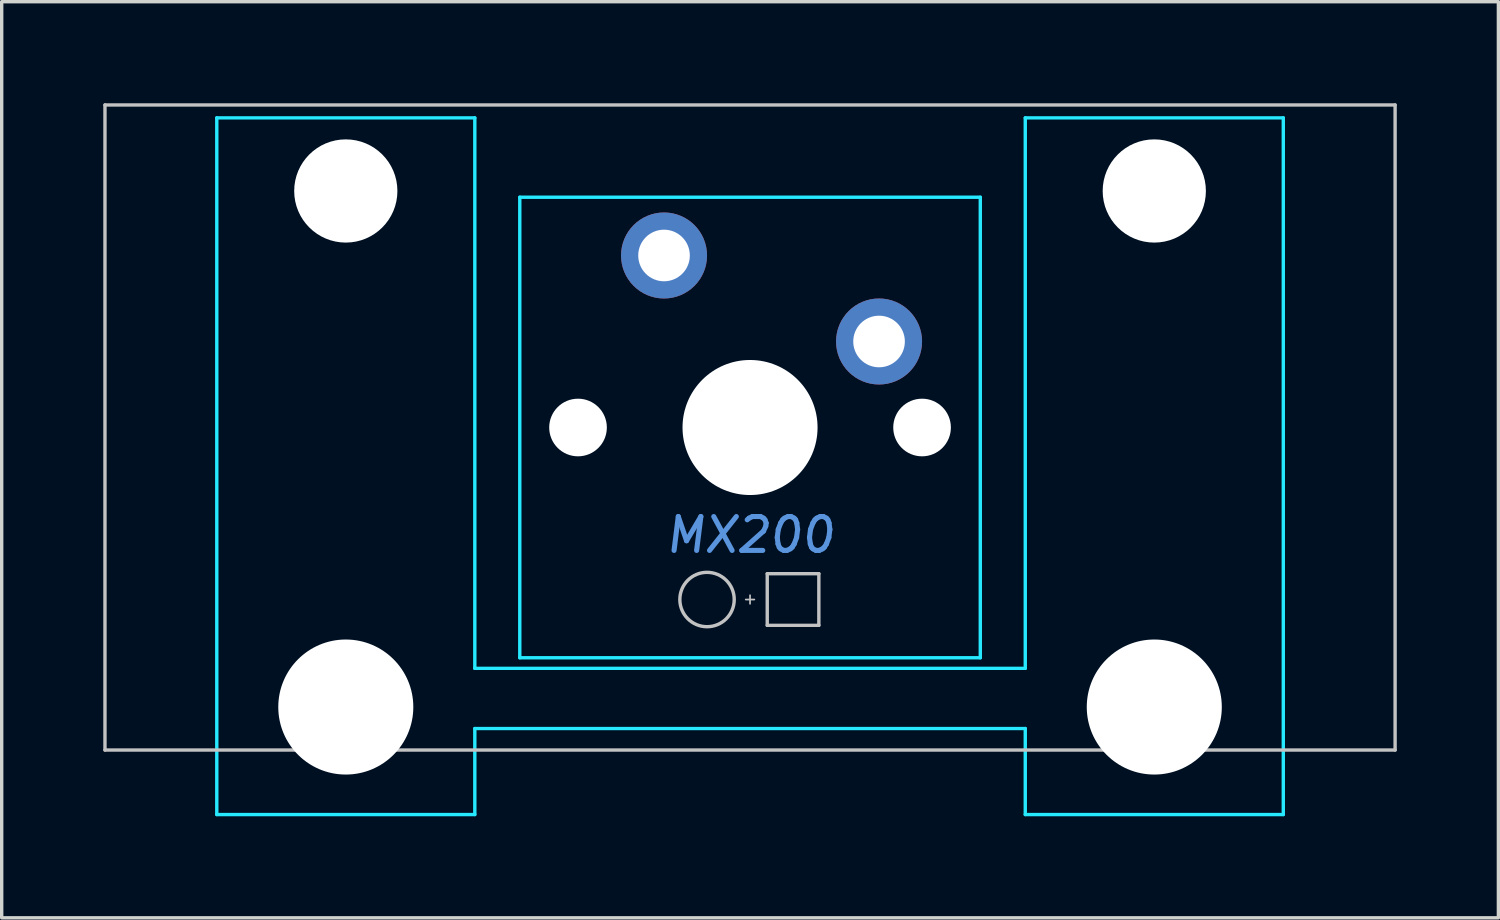
<source format=kicad_pcb>
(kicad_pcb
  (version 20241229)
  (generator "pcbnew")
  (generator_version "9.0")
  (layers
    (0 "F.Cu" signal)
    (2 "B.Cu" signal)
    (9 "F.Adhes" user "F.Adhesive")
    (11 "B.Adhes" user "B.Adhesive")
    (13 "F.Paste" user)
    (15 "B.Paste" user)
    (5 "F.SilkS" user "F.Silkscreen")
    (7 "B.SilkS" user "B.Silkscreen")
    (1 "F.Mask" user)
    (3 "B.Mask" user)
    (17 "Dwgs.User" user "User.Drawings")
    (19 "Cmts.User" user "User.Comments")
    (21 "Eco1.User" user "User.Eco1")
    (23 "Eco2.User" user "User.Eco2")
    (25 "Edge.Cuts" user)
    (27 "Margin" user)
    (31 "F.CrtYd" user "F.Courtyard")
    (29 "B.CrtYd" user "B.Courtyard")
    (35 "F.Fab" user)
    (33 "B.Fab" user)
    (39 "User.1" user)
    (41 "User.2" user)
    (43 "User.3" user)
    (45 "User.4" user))
  (footprint "MX200"
    (layer "F.Cu")
    (at 19.1 9.575)
    (property "Reference" "MX200" (at 0 3.175 0) (layer "Cmts.User") (effects (font (size 1 1) (thickness 0.15) (italic yes))))
    (attr through_hole)
    (fp_line (start -19.05 -9.525) (end -19.05 9.525) (stroke (width 0.1) (type solid)) (layer "Dwgs.User"))
    (fp_line (start -19.05 -9.525) (end 19.05 -9.525) (stroke (width 0.1) (type solid)) (layer "Dwgs.User"))
    (fp_line (start -19.05 9.525) (end 19.05 9.525) (stroke (width 0.1) (type solid)) (layer "Dwgs.User"))
    (fp_line (start -0.127 5.08) (end 0.127 5.08) (stroke (width 0.05) (type solid)) (layer "Dwgs.User"))
    (fp_line (start 0 5.207) (end 0 4.953) (stroke (width 0.05) (type solid)) (layer "Dwgs.User"))
    (fp_line (start 0.508 4.318) (end 0.508 5.842) (stroke (width 0.1) (type solid)) (layer "Dwgs.User"))
    (fp_line (start 0.508 4.318) (end 2.032 4.318) (stroke (width 0.1) (type solid)) (layer "Dwgs.User"))
    (fp_line (start 0.508 5.842) (end 2.032 5.842) (stroke (width 0.1) (type solid)) (layer "Dwgs.User"))
    (fp_line (start 2.032 5.842) (end 2.032 4.318) (stroke (width 0.1) (type solid)) (layer "Dwgs.User"))
    (fp_line (start 19.05 -9.525) (end 19.05 9.525) (stroke (width 0.1) (type solid)) (layer "Dwgs.User"))
    (fp_circle (center -1.27 5.08) (end -0.467 5.08) (stroke (width 0.1) (type solid)) (fill no) (layer "Dwgs.User"))
    (fp_line (start -17.17 -0.889) (end -17.17 -2.921) (stroke (width 0.1) (type solid)) (layer "Eco1.User"))
    (fp_line (start -16.789 -3.302) (end -16.535 -3.302) (stroke (width 0.1) (type solid)) (layer "Eco1.User"))
    (fp_line (start -16.535 -0.508) (end -16.789 -0.508) (stroke (width 0.1) (type solid)) (layer "Eco1.User"))
    (fp_line (start -16.154 -3.683) (end -16.154 -5.309) (stroke (width 0.1) (type solid)) (layer "Eco1.User"))
    (fp_line (start -16.154 6.223) (end -16.154 -0.127) (stroke (width 0.1) (type solid)) (layer "Eco1.User"))
    (fp_line (start -15.773 -5.69) (end -9.881 -5.69) (stroke (width 0.1) (type solid)) (layer "Eco1.User"))
    (fp_line (start -14.732 6.604) (end -15.773 6.604) (stroke (width 0.1) (type solid)) (layer "Eco1.User"))
    (fp_line (start -14.351 7.391) (end -14.351 6.985) (stroke (width 0.1) (type solid)) (layer "Eco1.User"))
    (fp_line (start -11.684 7.772) (end -13.97 7.772) (stroke (width 0.1) (type solid)) (layer "Eco1.User"))
    (fp_line (start -11.303 6.985) (end -11.303 7.391) (stroke (width 0.1) (type solid)) (layer "Eco1.User"))
    (fp_line (start -9.881 6.604) (end -10.922 6.604) (stroke (width 0.1) (type solid)) (layer "Eco1.User"))
    (fp_line (start -9.5 -5.309) (end -9.5 -5.258) (stroke (width 0.1) (type solid)) (layer "Eco1.User"))
    (fp_line (start -9.5 6.198) (end -9.5 6.223) (stroke (width 0.1) (type solid)) (layer "Eco1.User"))
    (fp_line (start -9.119 -4.877) (end -7.366 -4.877) (stroke (width 0.1) (type solid)) (layer "Eco1.User"))
    (fp_line (start -7.366 5.817) (end -9.119 5.817) (stroke (width 0.1) (type solid)) (layer "Eco1.User"))
    (fp_line (start -6.985 -5.258) (end -6.985 -6.604) (stroke (width 0.1) (type solid)) (layer "Eco1.User"))
    (fp_line (start -6.985 6.604) (end -6.985 6.197) (stroke (width 0.1) (type solid)) (layer "Eco1.User"))
    (fp_line (start -6.604 -6.985) (end 6.604 -6.985) (stroke (width 0.1) (type solid)) (layer "Eco1.User"))
    (fp_line (start 0 -2.159) (end 0 2.159) (stroke (width 0.1) (type solid)) (layer "Eco1.User"))
    (fp_line (start 2.159 0) (end -2.159 0) (stroke (width 0.1) (type solid)) (layer "Eco1.User"))
    (fp_line (start 6.604 6.985) (end -6.604 6.985) (stroke (width 0.1) (type solid)) (layer "Eco1.User"))
    (fp_line (start 6.985 -5.258) (end 6.985 -6.604) (stroke (width 0.1) (type solid)) (layer "Eco1.User"))
    (fp_line (start 6.985 6.604) (end 6.985 6.197) (stroke (width 0.1) (type solid)) (layer "Eco1.User"))
    (fp_line (start 7.366 5.817) (end 9.119 5.817) (stroke (width 0.1) (type solid)) (layer "Eco1.User"))
    (fp_line (start 9.119 -4.877) (end 7.366 -4.877) (stroke (width 0.1) (type solid)) (layer "Eco1.User"))
    (fp_line (start 9.5 -5.309) (end 9.5 -5.258) (stroke (width 0.1) (type solid)) (layer "Eco1.User"))
    (fp_line (start 9.5 6.198) (end 9.5 6.223) (stroke (width 0.1) (type solid)) (layer "Eco1.User"))
    (fp_line (start 9.881 6.604) (end 10.922 6.604) (stroke (width 0.1) (type solid)) (layer "Eco1.User"))
    (fp_line (start 11.303 6.985) (end 11.303 7.391) (stroke (width 0.1) (type solid)) (layer "Eco1.User"))
    (fp_line (start 11.684 7.772) (end 13.97 7.772) (stroke (width 0.1) (type solid)) (layer "Eco1.User"))
    (fp_line (start 14.351 7.391) (end 14.351 6.985) (stroke (width 0.1) (type solid)) (layer "Eco1.User"))
    (fp_line (start 14.732 6.604) (end 15.773 6.604) (stroke (width 0.1) (type solid)) (layer "Eco1.User"))
    (fp_line (start 15.773 -5.69) (end 9.881 -5.69) (stroke (width 0.1) (type solid)) (layer "Eco1.User"))
    (fp_line (start 16.154 -3.683) (end 16.154 -5.309) (stroke (width 0.1) (type solid)) (layer "Eco1.User"))
    (fp_line (start 16.154 6.223) (end 16.154 -0.127) (stroke (width 0.1) (type solid)) (layer "Eco1.User"))
    (fp_line (start 16.535 -0.508) (end 16.789 -0.508) (stroke (width 0.1) (type solid)) (layer "Eco1.User"))
    (fp_line (start 16.789 -3.302) (end 16.535 -3.302) (stroke (width 0.1) (type solid)) (layer "Eco1.User"))
    (fp_line (start 17.17 -0.889) (end 17.17 -2.921) (stroke (width 0.1) (type solid)) (layer "Eco1.User"))
    (fp_arc (start -17.1704 -2.921) (mid -17.058808 -3.190408) (end -16.7894 -3.302) (stroke (width 0.1) (type solid)) (layer "Eco1.User"))
    (fp_arc (start -16.7894 -0.508) (mid -17.058808 -0.619592) (end -17.1704 -0.889) (stroke (width 0.1) (type solid)) (layer "Eco1.User"))
    (fp_arc (start -16.5354 -0.508) (mid -16.265992 -0.396408) (end -16.1544 -0.127) (stroke (width 0.1) (type solid)) (layer "Eco1.User"))
    (fp_arc (start -16.1544 -5.3086) (mid -16.042808 -5.578008) (end -15.7734 -5.6896) (stroke (width 0.1) (type solid)) (layer "Eco1.User"))
    (fp_arc (start -16.1544 -3.683) (mid -16.265992 -3.413592) (end -16.5354 -3.302) (stroke (width 0.1) (type solid)) (layer "Eco1.User"))
    (fp_arc (start -15.7734 6.604) (mid -16.042808 6.492408) (end -16.1544 6.223) (stroke (width 0.1) (type solid)) (layer "Eco1.User"))
    (fp_arc (start -14.732 6.604) (mid -14.462592 6.715592) (end -14.351 6.985) (stroke (width 0.1) (type solid)) (layer "Eco1.User"))
    (fp_arc (start -13.97 7.7724) (mid -14.239408 7.660808) (end -14.351 7.3914) (stroke (width 0.1) (type solid)) (layer "Eco1.User"))
    (fp_arc (start -11.303 6.985) (mid -11.191408 6.715592) (end -10.922 6.604) (stroke (width 0.1) (type solid)) (layer "Eco1.User"))
    (fp_arc (start -11.303 7.3914) (mid -11.414592 7.660808) (end -11.684 7.7724) (stroke (width 0.1) (type solid)) (layer "Eco1.User"))
    (fp_arc (start -9.8806 -5.6896) (mid -9.611192 -5.578008) (end -9.4996 -5.3086) (stroke (width 0.1) (type solid)) (layer "Eco1.User"))
    (fp_arc (start -9.4996 6.1976) (mid -9.388008 5.928192) (end -9.1186 5.8166) (stroke (width 0.1) (type solid)) (layer "Eco1.User"))
    (fp_arc (start -9.4996 6.223) (mid -9.611192 6.492408) (end -9.8806 6.604) (stroke (width 0.1) (type solid)) (layer "Eco1.User"))
    (fp_arc (start -9.1186 -4.8768) (mid -9.388008 -4.988392) (end -9.4996 -5.2578) (stroke (width 0.1) (type solid)) (layer "Eco1.User"))
    (fp_arc (start -7.366 5.8166) (mid -7.096592 5.928192) (end -6.985 6.1976) (stroke (width 0.1) (type solid)) (layer "Eco1.User"))
    (fp_arc (start -6.985 -6.604) (mid -6.873408 -6.873408) (end -6.604 -6.985) (stroke (width 0.1) (type solid)) (layer "Eco1.User"))
    (fp_arc (start -6.985 -5.2578) (mid -7.096592 -4.988392) (end -7.366 -4.8768) (stroke (width 0.1) (type solid)) (layer "Eco1.User"))
    (fp_arc (start -6.604 6.985) (mid -6.873408 6.873408) (end -6.985 6.604) (stroke (width 0.1) (type solid)) (layer "Eco1.User"))
    (fp_arc (start 6.604 -6.985) (mid 6.873408 -6.873408) (end 6.985 -6.604) (stroke (width 0.1) (type solid)) (layer "Eco1.User"))
    (fp_arc (start 6.985 6.1976) (mid 7.096592 5.928192) (end 7.366 5.8166) (stroke (width 0.1) (type solid)) (layer "Eco1.User"))
    (fp_arc (start 6.985 6.604) (mid 6.873408 6.873408) (end 6.604 6.985) (stroke (width 0.1) (type solid)) (layer "Eco1.User"))
    (fp_arc (start 7.366 -4.8768) (mid 7.096592 -4.988392) (end 6.985 -5.2578) (stroke (width 0.1) (type solid)) (layer "Eco1.User"))
    (fp_arc (start 9.1186 5.8166) (mid 9.388008 5.928192) (end 9.4996 6.1976) (stroke (width 0.1) (type solid)) (layer "Eco1.User"))
    (fp_arc (start 9.4996 -5.3086) (mid 9.611192 -5.578008) (end 9.8806 -5.6896) (stroke (width 0.1) (type solid)) (layer "Eco1.User"))
    (fp_arc (start 9.4996 -5.2578) (mid 9.388008 -4.988392) (end 9.1186 -4.8768) (stroke (width 0.1) (type solid)) (layer "Eco1.User"))
    (fp_arc (start 9.8806 6.604) (mid 9.611192 6.492408) (end 9.4996 6.223) (stroke (width 0.1) (type solid)) (layer "Eco1.User"))
    (fp_arc (start 10.922 6.604) (mid 11.191408 6.715592) (end 11.303 6.985) (stroke (width 0.1) (type solid)) (layer "Eco1.User"))
    (fp_arc (start 11.684 7.7724) (mid 11.414592 7.660808) (end 11.303 7.3914) (stroke (width 0.1) (type solid)) (layer "Eco1.User"))
    (fp_arc (start 14.351 6.985) (mid 14.462592 6.715592) (end 14.732 6.604) (stroke (width 0.1) (type solid)) (layer "Eco1.User"))
    (fp_arc (start 14.351 7.3914) (mid 14.239408 7.660808) (end 13.97 7.7724) (stroke (width 0.1) (type solid)) (layer "Eco1.User"))
    (fp_arc (start 15.7734 -5.6896) (mid 16.042808 -5.578008) (end 16.1544 -5.3086) (stroke (width 0.1) (type solid)) (layer "Eco1.User"))
    (fp_arc (start 16.1544 -0.127) (mid 16.265992 -0.396408) (end 16.5354 -0.508) (stroke (width 0.1) (type solid)) (layer "Eco1.User"))
    (fp_arc (start 16.1544 6.223) (mid 16.042808 6.492408) (end 15.7734 6.604) (stroke (width 0.1) (type solid)) (layer "Eco1.User"))
    (fp_arc (start 16.5354 -3.302) (mid 16.265992 -3.413592) (end 16.1544 -3.683) (stroke (width 0.1) (type solid)) (layer "Eco1.User"))
    (fp_arc (start 16.7894 -3.302) (mid 17.058808 -3.190408) (end 17.1704 -2.921) (stroke (width 0.1) (type solid)) (layer "Eco1.User"))
    (fp_arc (start 17.1704 -0.889) (mid 17.058808 -0.619592) (end 16.7894 -0.508) (stroke (width 0.1) (type solid)) (layer "Eco1.User"))
    (fp_circle (center 0 0) (end 1.994 0) (stroke (width 0.1) (type solid)) (fill no) (layer "Eco1.User"))
    (fp_line (start -15.748 -9.144) (end -8.128 -9.144) (stroke (width 0.1) (type solid)) (layer "B.CrtYd"))
    (fp_line (start -15.748 11.43) (end -15.748 -9.144) (stroke (width 0.1) (type solid)) (layer "B.CrtYd"))
    (fp_line (start -8.128 -9.144) (end -8.128 7.112) (stroke (width 0.1) (type solid)) (layer "B.CrtYd"))
    (fp_line (start -8.128 7.112) (end 8.128 7.112) (stroke (width 0.1) (type solid)) (layer "B.CrtYd"))
    (fp_line (start -8.128 8.89) (end 8.128 8.89) (stroke (width 0.1) (type solid)) (layer "B.CrtYd"))
    (fp_line (start -8.128 11.43) (end -15.748 11.43) (stroke (width 0.1) (type solid)) (layer "B.CrtYd"))
    (fp_line (start -8.128 11.43) (end -8.128 8.89) (stroke (width 0.1) (type solid)) (layer "B.CrtYd"))
    (fp_line (start -6.8 6.8) (end -6.8 -6.8) (stroke (width 0.1) (type solid)) (layer "B.CrtYd"))
    (fp_line (start 6.8 -6.8) (end -6.8 -6.8) (stroke (width 0.1) (type solid)) (layer "B.CrtYd"))
    (fp_line (start 6.8 6.8) (end -6.8 6.8) (stroke (width 0.1) (type solid)) (layer "B.CrtYd"))
    (fp_line (start 6.8 6.8) (end 6.8 -6.8) (stroke (width 0.1) (type solid)) (layer "B.CrtYd"))
    (fp_line (start 8.128 -9.144) (end 8.128 7.112) (stroke (width 0.1) (type solid)) (layer "B.CrtYd"))
    (fp_line (start 8.128 -9.144) (end 15.748 -9.144) (stroke (width 0.1) (type solid)) (layer "B.CrtYd"))
    (fp_line (start 8.128 11.43) (end 8.128 8.89) (stroke (width 0.1) (type solid)) (layer "B.CrtYd"))
    (fp_line (start 15.748 -9.144) (end 15.748 11.43) (stroke (width 0.1) (type solid)) (layer "B.CrtYd"))
    (fp_line (start 15.748 11.43) (end 8.128 11.43) (stroke (width 0.1) (type solid)) (layer "B.CrtYd"))
    (pad "" np_thru_hole circle (at -11.938 -6.985) (size 3.048 3.048) (drill 3.048) (layers "*.Cu" "*.Mask"))
    (pad "" np_thru_hole circle (at -11.938 8.255) (size 3.988 3.988) (drill 3.988) (layers "*.Cu" "*.Mask"))
    (pad "" np_thru_hole circle (at -5.08 0) (size 1.702 1.702) (drill 1.702) (layers "*.Cu" "*.Mask"))
    (pad "" np_thru_hole circle (at 0 0) (size 3.988 3.988) (drill 3.988) (layers "*.Cu" "*.Mask"))
    (pad "" np_thru_hole circle (at 5.08 0) (size 1.702 1.702) (drill 1.702) (layers "*.Cu" "*.Mask"))
    (pad "" np_thru_hole circle (at 11.938 -6.985) (size 3.048 3.048) (drill 3.048) (layers "*.Cu" "*.Mask"))
    (pad "" np_thru_hole circle (at 11.938 8.255) (size 3.988 3.988) (drill 3.988) (layers "*.Cu" "*.Mask"))
    (pad "1" thru_hole circle (at -2.54 -5.08) (size 2.54 2.54) (drill 1.524) (layers "*.Cu" "*.Mask"))
    (pad "2" thru_hole circle (at 3.81 -2.54) (size 2.54 2.54) (drill 1.524) (layers "*.Cu" "*.Mask")))
  (gr_rect
    (start -3 -3)
    (end 41.2 24.055)
    (stroke (width 0.1) (type default))
    (fill no)
    (layer "Edge.Cuts")))
</source>
